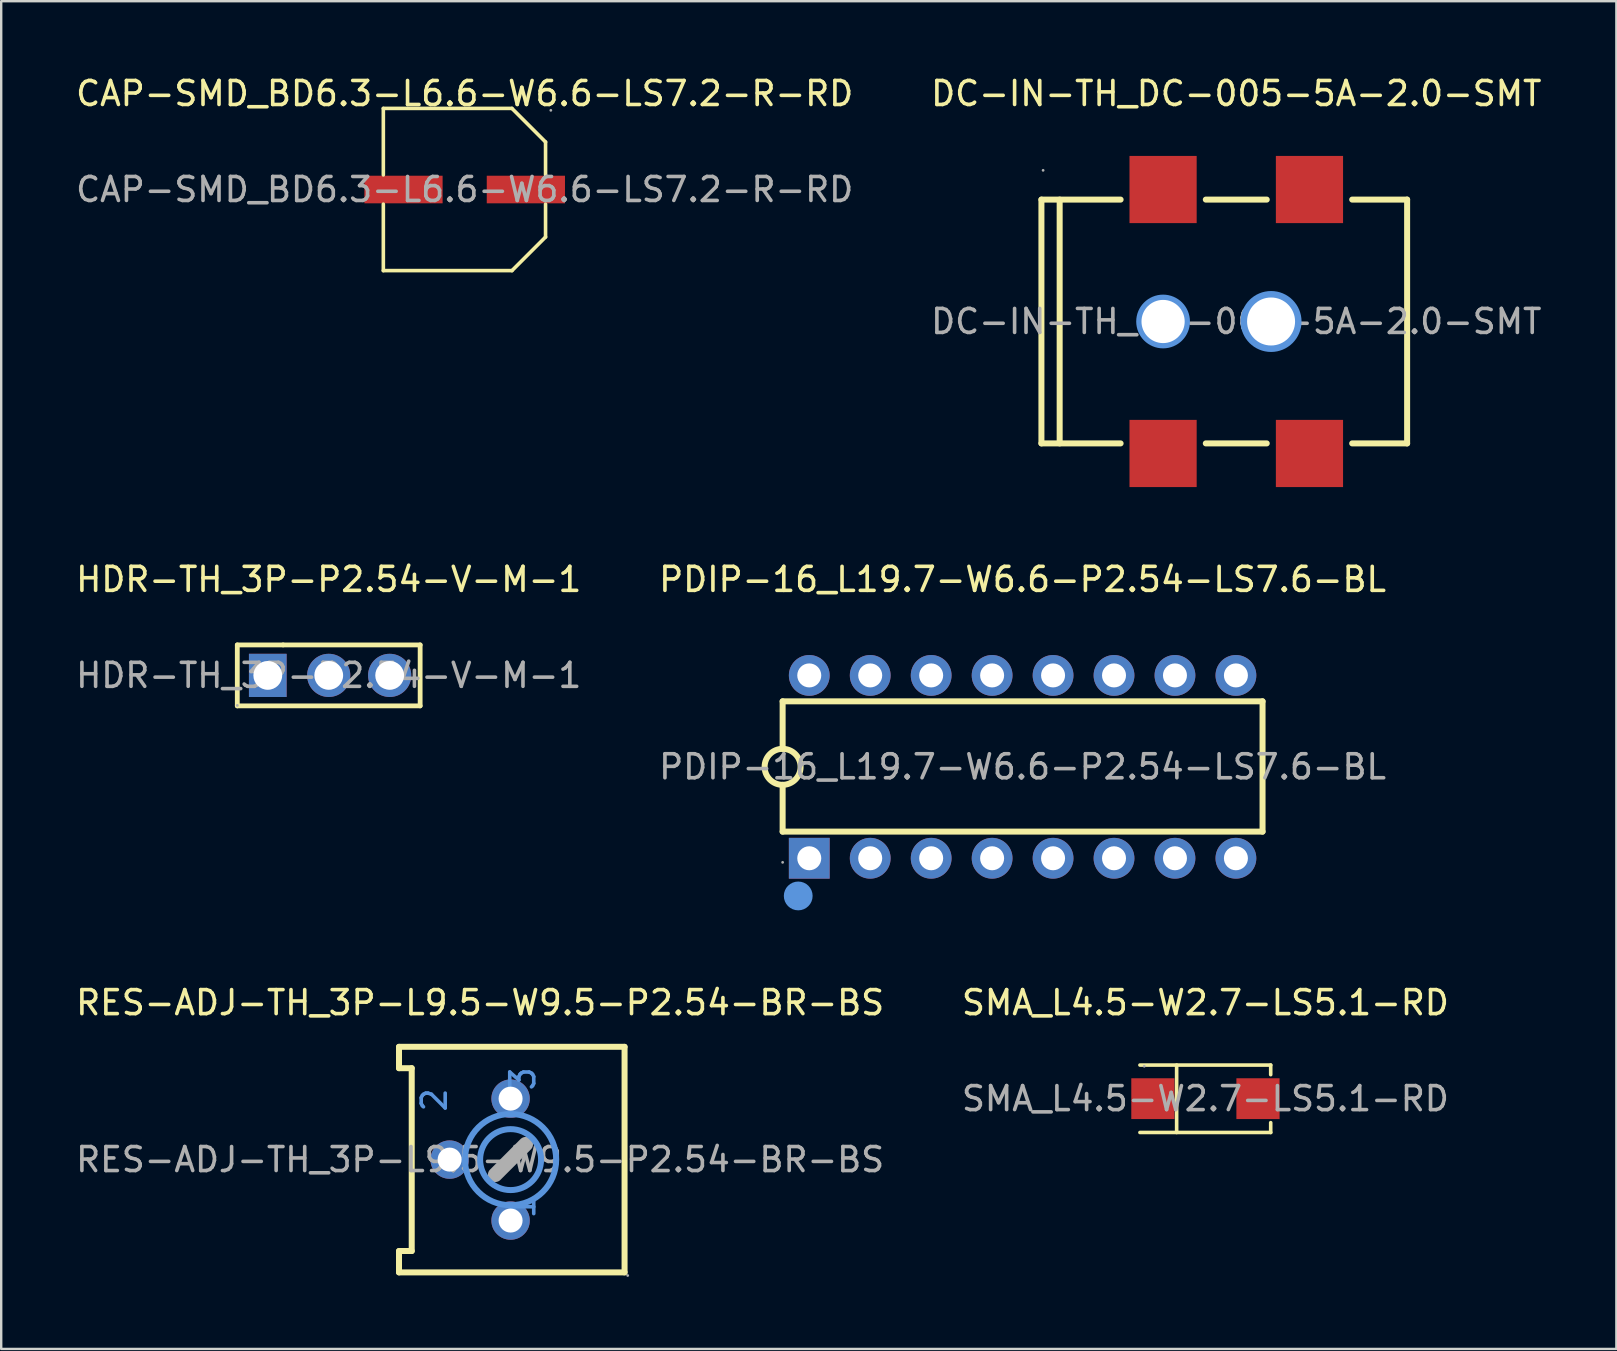
<source format=kicad_pcb>
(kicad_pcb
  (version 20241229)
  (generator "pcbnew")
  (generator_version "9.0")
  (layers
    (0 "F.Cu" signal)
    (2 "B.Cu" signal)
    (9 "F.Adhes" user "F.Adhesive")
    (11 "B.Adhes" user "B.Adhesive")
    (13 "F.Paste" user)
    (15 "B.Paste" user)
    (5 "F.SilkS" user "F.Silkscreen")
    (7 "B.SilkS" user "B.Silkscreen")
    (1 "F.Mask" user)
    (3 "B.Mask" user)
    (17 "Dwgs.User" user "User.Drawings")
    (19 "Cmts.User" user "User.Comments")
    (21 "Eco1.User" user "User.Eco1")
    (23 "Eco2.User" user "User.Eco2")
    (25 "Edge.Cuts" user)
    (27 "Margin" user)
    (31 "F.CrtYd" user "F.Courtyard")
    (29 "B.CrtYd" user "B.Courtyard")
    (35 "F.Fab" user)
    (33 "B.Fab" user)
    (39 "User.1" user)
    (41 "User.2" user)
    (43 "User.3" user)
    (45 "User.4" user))
  (footprint "RES-ADJ-TH_3P-L9.5-W9.5-P2.54-BR-BS"
    (layer "F.Cu")
    (at 16.958 45.275)
    (property "Reference" "RES-ADJ-TH_3P-L9.5-W9.5-P2.54-BR-BS" (at 0 -6.54 0) (layer "F.SilkS") (effects (font (size 1 1) (thickness 0.15))))
    (attr through_hole)
    (fp_line (start -3.38 -4.7) (end -3.38 -3.81) (stroke (width 0.25) (type solid)) (layer "F.SilkS"))
    (fp_line (start -3.38 -3.81) (end -2.85 -3.81) (stroke (width 0.25) (type solid)) (layer "F.SilkS"))
    (fp_line (start -3.38 4.7) (end -3.38 3.81) (stroke (width 0.25) (type solid)) (layer "F.SilkS"))
    (fp_line (start -3.38 4.7) (end 6.02 4.7) (stroke (width 0.25) (type solid)) (layer "F.SilkS"))
    (fp_line (start -2.85 -3.81) (end -2.85 3.81) (stroke (width 0.25) (type solid)) (layer "F.SilkS"))
    (fp_line (start -2.85 3.81) (end -3.38 3.81) (stroke (width 0.25) (type solid)) (layer "F.SilkS"))
    (fp_line (start 6.02 -4.7) (end -3.38 -4.7) (stroke (width 0.25) (type solid)) (layer "F.SilkS"))
    (fp_line (start 6.02 4.7) (end 6.02 -4.7) (stroke (width 0.25) (type solid)) (layer "F.SilkS"))
    (fp_circle (center 1.27 0) (end 2.54 0) (stroke (width 0.25) (type solid)) (fill no) (layer "Cmts.User"))
    (fp_circle (center 1.27 0) (end 3.17 0) (stroke (width 0.25) (type solid)) (fill no) (layer "Cmts.User"))
    (fp_line (start 0.63 0.63) (end 1.9 -0.64) (stroke (width 0.61) (type solid)) (layer "F.Fab"))
    (fp_circle (center -1.27 0) (end -1.07 0) (stroke (width 0.4) (type solid)) (fill no) (layer "F.Fab"))
    (fp_circle (center 1.27 -2.54) (end 1.47 -2.54) (stroke (width 0.4) (type solid)) (fill no) (layer "F.Fab"))
    (fp_circle (center 1.27 2.54) (end 1.47 2.54) (stroke (width 0.4) (type solid)) (fill no) (layer "F.Fab"))
    (fp_circle (center 6.15 4.83) (end 6.18 4.83) (stroke (width 0.06) (type solid)) (fill no) (layer "F.Fab"))
    (fp_text user "2" (at -1.91 -1.91 270) (layer "Cmts.User") (effects (font (size 1 1) (thickness 0.15)) (justify left)))
    (fp_text user "1" (at 1.78 2.54 270) (layer "Cmts.User") (effects (font (size 1 1) (thickness 0.15)) (justify left)))
    (fp_text user "3" (at 1.78 -2.79 270) (layer "Cmts.User") (effects (font (size 1 1) (thickness 0.15)) (justify left)))
    (fp_text user "${REFERENCE}" (at 0 0 0) (layer "F.Fab") (effects (font (size 1 1) (thickness 0.15))))
    (pad "1" thru_hole circle (at 1.27 2.54 270) (size 1.6 1.6) (drill 1) (layers "*.Cu" "*.Mask"))
    (pad "2" thru_hole circle (at -1.27 0 270) (size 1.6 1.6) (drill 1) (layers "*.Cu" "*.Mask"))
    (pad "3" thru_hole circle (at 1.27 -2.54 270) (size 1.6 1.6) (drill 1) (layers "*.Cu" "*.Mask")))
  (footprint "HDR-TH_3P-P2.54-V-M-1"
    (layer "F.Cu")
    (at 10.649 25.096)
    (property "Reference" "HDR-TH_3P-P2.54-V-M-1" (at 0 -4 0) (layer "F.SilkS") (effects (font (size 1 1) (thickness 0.15))))
    (attr through_hole)
    (fp_line (start -3.81 -1.27) (end -3.81 1.27) (stroke (width 0.2) (type solid)) (layer "F.SilkS"))
    (fp_line (start -3.81 1.27) (end 3.81 1.27) (stroke (width 0.2) (type solid)) (layer "F.SilkS"))
    (fp_line (start -1.9 -1.27) (end -3.81 -1.27) (stroke (width 0.2) (type solid)) (layer "F.SilkS"))
    (fp_line (start 3.81 -1.27) (end -1.9 -1.27) (stroke (width 0.2) (type solid)) (layer "F.SilkS"))
    (fp_line (start 3.81 1.27) (end 3.81 -1.27) (stroke (width 0.2) (type solid)) (layer "F.SilkS"))
    (fp_circle (center -3.81 1.25) (end -3.78 1.25) (stroke (width 0.06) (type solid)) (fill no) (layer "F.Fab"))
    (fp_text user "${REFERENCE}" (at 0 0 0) (layer "F.Fab") (effects (font (size 1 1) (thickness 0.15))))
    (pad "1" thru_hole rect (at -2.54 0) (size 1.57 1.8) (drill 1.2) (layers "*.Cu" "*.Mask"))
    (pad "2" thru_hole circle (at 0 0) (size 1.8 1.8) (drill 1.2) (layers "*.Cu" "*.Mask"))
    (pad "3" thru_hole circle (at 2.54 0) (size 1.8 1.8) (drill 1.2) (layers "*.Cu" "*.Mask")))
  (footprint "DC-IN-TH_DC-005-5A-2.0-SMT"
    (layer "F.Cu")
    (at 48.47 10.348)
    (property "Reference" "DC-IN-TH_DC-005-5A-2.0-SMT" (at 0 -9.5 0) (layer "F.SilkS") (effects (font (size 1 1) (thickness 0.15))))
    (attr through_hole)
    (fp_line (start -8.12 -5.08) (end -8.12 5.08) (stroke (width 0.25) (type solid)) (layer "F.SilkS"))
    (fp_line (start -8.12 5.08) (end -4.82 5.08) (stroke (width 0.25) (type solid)) (layer "F.SilkS"))
    (fp_line (start -7.36 -5.08) (end -7.36 5.08) (stroke (width 0.25) (type solid)) (layer "F.SilkS"))
    (fp_line (start -4.82 -5.08) (end -8.12 -5.08) (stroke (width 0.25) (type solid)) (layer "F.SilkS"))
    (fp_line (start -1.27 -5.08) (end 1.27 -5.08) (stroke (width 0.25) (type solid)) (layer "F.SilkS"))
    (fp_line (start -1.27 5.08) (end 1.27 5.08) (stroke (width 0.25) (type solid)) (layer "F.SilkS"))
    (fp_line (start 4.83 5.08) (end 7.12 5.08) (stroke (width 0.25) (type solid)) (layer "F.SilkS"))
    (fp_line (start 7.12 -5.08) (end 4.83 -5.08) (stroke (width 0.25) (type solid)) (layer "F.SilkS"))
    (fp_line (start 7.12 5.08) (end 7.12 -5.08) (stroke (width 0.25) (type solid)) (layer "F.SilkS"))
    (fp_circle (center -3.05 0) (end -2.68 0) (stroke (width 0.75) (type solid)) (fill no) (layer "Cmts.User"))
    (fp_circle (center 1.45 0) (end 1.87 0) (stroke (width 0.85) (type solid)) (fill no) (layer "Cmts.User"))
    (fp_circle (center -8.05 -6.3) (end -8.02 -6.3) (stroke (width 0.06) (type solid)) (fill no) (layer "F.Fab"))
    (fp_text user "${REFERENCE}" (at 0 0 0) (layer "F.Fab") (effects (font (size 1 1) (thickness 0.15))))
    (pad "" thru_hole circle (at -3.05 0) (size 1.8 1.8) (drill 1.8) (layers "*.Cu" "*.Mask"))
    (pad "" thru_hole circle (at 1.45 0) (size 2 2) (drill 2) (layers "*.Cu" "*.Mask"))
    (pad "1" smd rect (at -3.05 -5.5) (size 2.8 2.8) (layers "F.Cu" "F.Mask" "F.Paste"))
    (pad "1" smd rect (at 3.05 -5.5) (size 2.8 2.8) (layers "F.Cu" "F.Mask" "F.Paste"))
    (pad "2" smd rect (at -3.05 5.5) (size 2.8 2.8) (layers "F.Cu" "F.Mask" "F.Paste"))
    (pad "3" smd rect (at 3.05 5.5) (size 2.8 2.8) (layers "F.Cu" "F.Mask" "F.Paste")))
  (footprint "SMA_L4.5-W2.7-LS5.1-RD"
    (layer "F.Cu")
    (at 47.185 42.735)
    (property "Reference" "SMA_L4.5-W2.7-LS5.1-RD" (at 0 -4 0) (layer "F.SilkS") (effects (font (size 1 1) (thickness 0.15))))
    (attr smd)
    (fp_line (start -2.73 -1.4) (end 2.72 -1.4) (stroke (width 0.15) (type solid)) (layer "F.SilkS"))
    (fp_line (start -2.73 1.41) (end 2.72 1.41) (stroke (width 0.15) (type solid)) (layer "F.SilkS"))
    (fp_line (start -1.2 -1.4) (end -1.2 1.41) (stroke (width 0.15) (type solid)) (layer "F.SilkS"))
    (fp_line (start 2.72 -1.4) (end 2.72 -1) (stroke (width 0.15) (type solid)) (layer "F.SilkS"))
    (fp_line (start 2.72 1.41) (end 2.72 1) (stroke (width 0.15) (type solid)) (layer "F.SilkS"))
    (fp_circle (center -2.55 -1.35) (end -2.52 -1.35) (stroke (width 0.06) (type solid)) (fill no) (layer "F.Fab"))
    (fp_text user "${REFERENCE}" (at 0 0 0) (layer "F.Fab") (effects (font (size 1 1) (thickness 0.15))))
    (pad "1" smd rect (at -2.19 0) (size 1.8 1.7) (layers "F.Cu" "F.Mask" "F.Paste"))
    (pad "2" smd rect (at 2.19 0) (size 1.8 1.7) (layers "F.Cu" "F.Mask" "F.Paste")))
  (footprint "PDIP-16_L19.7-W6.6-P2.54-LS7.6-BL"
    (layer "F.Cu")
    (at 39.565 28.907)
    (property "Reference" "PDIP-16_L19.7-W6.6-P2.54-LS7.6-BL" (at 0 -7.81 0) (layer "F.SilkS") (effects (font (size 1 1) (thickness 0.15))))
    (attr smd)
    (fp_line (start -10 -2.73) (end -10 -0.75) (stroke (width 0.25) (type solid)) (layer "F.SilkS"))
    (fp_line (start -10 -2.73) (end 10 -2.73) (stroke (width 0.25) (type solid)) (layer "F.SilkS"))
    (fp_line (start -10 0.75) (end -10 2.7) (stroke (width 0.25) (type solid)) (layer "F.SilkS"))
    (fp_line (start -10 2.7) (end 10 2.7) (stroke (width 0.25) (type solid)) (layer "F.SilkS"))
    (fp_line (start 10 -2.73) (end 10 2.7) (stroke (width 0.25) (type solid)) (layer "F.SilkS"))
    (fp_arc (start -10.013089 0.749886) (mid -9.993455 -0.749972) (end -10 0.75) (stroke (width 0.25) (type solid)) (layer "F.SilkS"))
    (fp_circle (center -9.35 5.38) (end -9.05 5.38) (stroke (width 0.6) (type solid)) (fill no) (layer "Cmts.User"))
    (fp_circle (center -10 3.98) (end -9.97 3.98) (stroke (width 0.06) (type solid)) (fill no) (layer "F.Fab"))
    (fp_text user "${REFERENCE}" (at 0 0 0) (layer "F.Fab") (effects (font (size 1 1) (thickness 0.15))))
    (pad "1" thru_hole rect (at -8.89 3.81 90) (size 1.7 1.7) (drill 1) (layers "*.Cu" "*.Mask"))
    (pad "2" thru_hole circle (at -6.35 3.81 90) (size 1.7 1.7) (drill 1) (layers "*.Cu" "*.Mask"))
    (pad "3" thru_hole circle (at -3.81 3.81 90) (size 1.7 1.7) (drill 1) (layers "*.Cu" "*.Mask"))
    (pad "4" thru_hole circle (at -1.27 3.81 90) (size 1.7 1.7) (drill 1) (layers "*.Cu" "*.Mask"))
    (pad "5" thru_hole circle (at 1.27 3.81 90) (size 1.7 1.7) (drill 1) (layers "*.Cu" "*.Mask"))
    (pad "6" thru_hole circle (at 3.81 3.81 90) (size 1.7 1.7) (drill 1) (layers "*.Cu" "*.Mask"))
    (pad "7" thru_hole circle (at 6.35 3.81 90) (size 1.7 1.7) (drill 1) (layers "*.Cu" "*.Mask"))
    (pad "8" thru_hole circle (at 8.89 3.81 90) (size 1.7 1.7) (drill 1) (layers "*.Cu" "*.Mask"))
    (pad "9" thru_hole circle (at 8.89 -3.81 90) (size 1.7 1.7) (drill 1) (layers "*.Cu" "*.Mask"))
    (pad "10" thru_hole circle (at 6.35 -3.81 90) (size 1.7 1.7) (drill 1) (layers "*.Cu" "*.Mask"))
    (pad "11" thru_hole circle (at 3.81 -3.81 90) (size 1.7 1.7) (drill 1) (layers "*.Cu" "*.Mask"))
    (pad "12" thru_hole circle (at 1.27 -3.81 90) (size 1.7 1.7) (drill 1) (layers "*.Cu" "*.Mask"))
    (pad "13" thru_hole circle (at -1.27 -3.81 90) (size 1.7 1.7) (drill 1) (layers "*.Cu" "*.Mask"))
    (pad "14" thru_hole circle (at -3.81 -3.81 90) (size 1.7 1.7) (drill 1) (layers "*.Cu" "*.Mask"))
    (pad "15" thru_hole circle (at -6.35 -3.81 90) (size 1.7 1.7) (drill 1) (layers "*.Cu" "*.Mask"))
    (pad "16" thru_hole circle (at -8.89 -3.81 90) (size 1.7 1.7) (drill 1) (layers "*.Cu" "*.Mask")))
  (footprint "CAP-SMD_BD6.3-L6.6-W6.6-LS7.2-R-RD"
    (layer "F.Cu")
    (at 16.315 4.848)
    (property "Reference" "CAP-SMD_BD6.3-L6.6-W6.6-LS7.2-R-RD" (at 0 -4 0) (layer "F.SilkS") (effects (font (size 1 1) (thickness 0.15))))
    (attr smd)
    (fp_line (start -3.39 -3.38) (end 1.97 -3.38) (stroke (width 0.15) (type solid)) (layer "F.SilkS"))
    (fp_line (start -3.39 -0.61) (end -3.39 -3.38) (stroke (width 0.15) (type solid)) (layer "F.SilkS"))
    (fp_line (start -3.39 0.61) (end -3.39 3.38) (stroke (width 0.15) (type solid)) (layer "F.SilkS"))
    (fp_line (start -3.39 3.38) (end 1.97 3.38) (stroke (width 0.15) (type solid)) (layer "F.SilkS"))
    (fp_line (start 1.97 -3.38) (end 3.37 -1.98) (stroke (width 0.15) (type solid)) (layer "F.SilkS"))
    (fp_line (start 1.97 3.38) (end 3.37 1.98) (stroke (width 0.15) (type solid)) (layer "F.SilkS"))
    (fp_line (start 3.37 -1.98) (end 3.37 -0.61) (stroke (width 0.15) (type solid)) (layer "F.SilkS"))
    (fp_line (start 3.37 1.98) (end 3.37 0.61) (stroke (width 0.15) (type solid)) (layer "F.SilkS"))
    (fp_circle (center 3.59 -3.3) (end 3.62 -3.3) (stroke (width 0.06) (type solid)) (fill no) (layer "F.Fab"))
    (fp_text user "${REFERENCE}" (at 0 0 0) (layer "F.Fab") (effects (font (size 1 1) (thickness 0.15))))
    (pad "1" smd rect (at 2.55 0 180) (size 3.26 1.15) (layers "F.Cu" "F.Mask" "F.Paste"))
    (pad "2" smd rect (at -2.55 0 180) (size 3.26 1.15) (layers "F.Cu" "F.Mask" "F.Paste")))
  (gr_rect
    (start -3 -3)
    (end 64.31 53.165)
    (stroke (width 0.1) (type default))
    (fill no)
    (layer "Edge.Cuts")))
</source>
